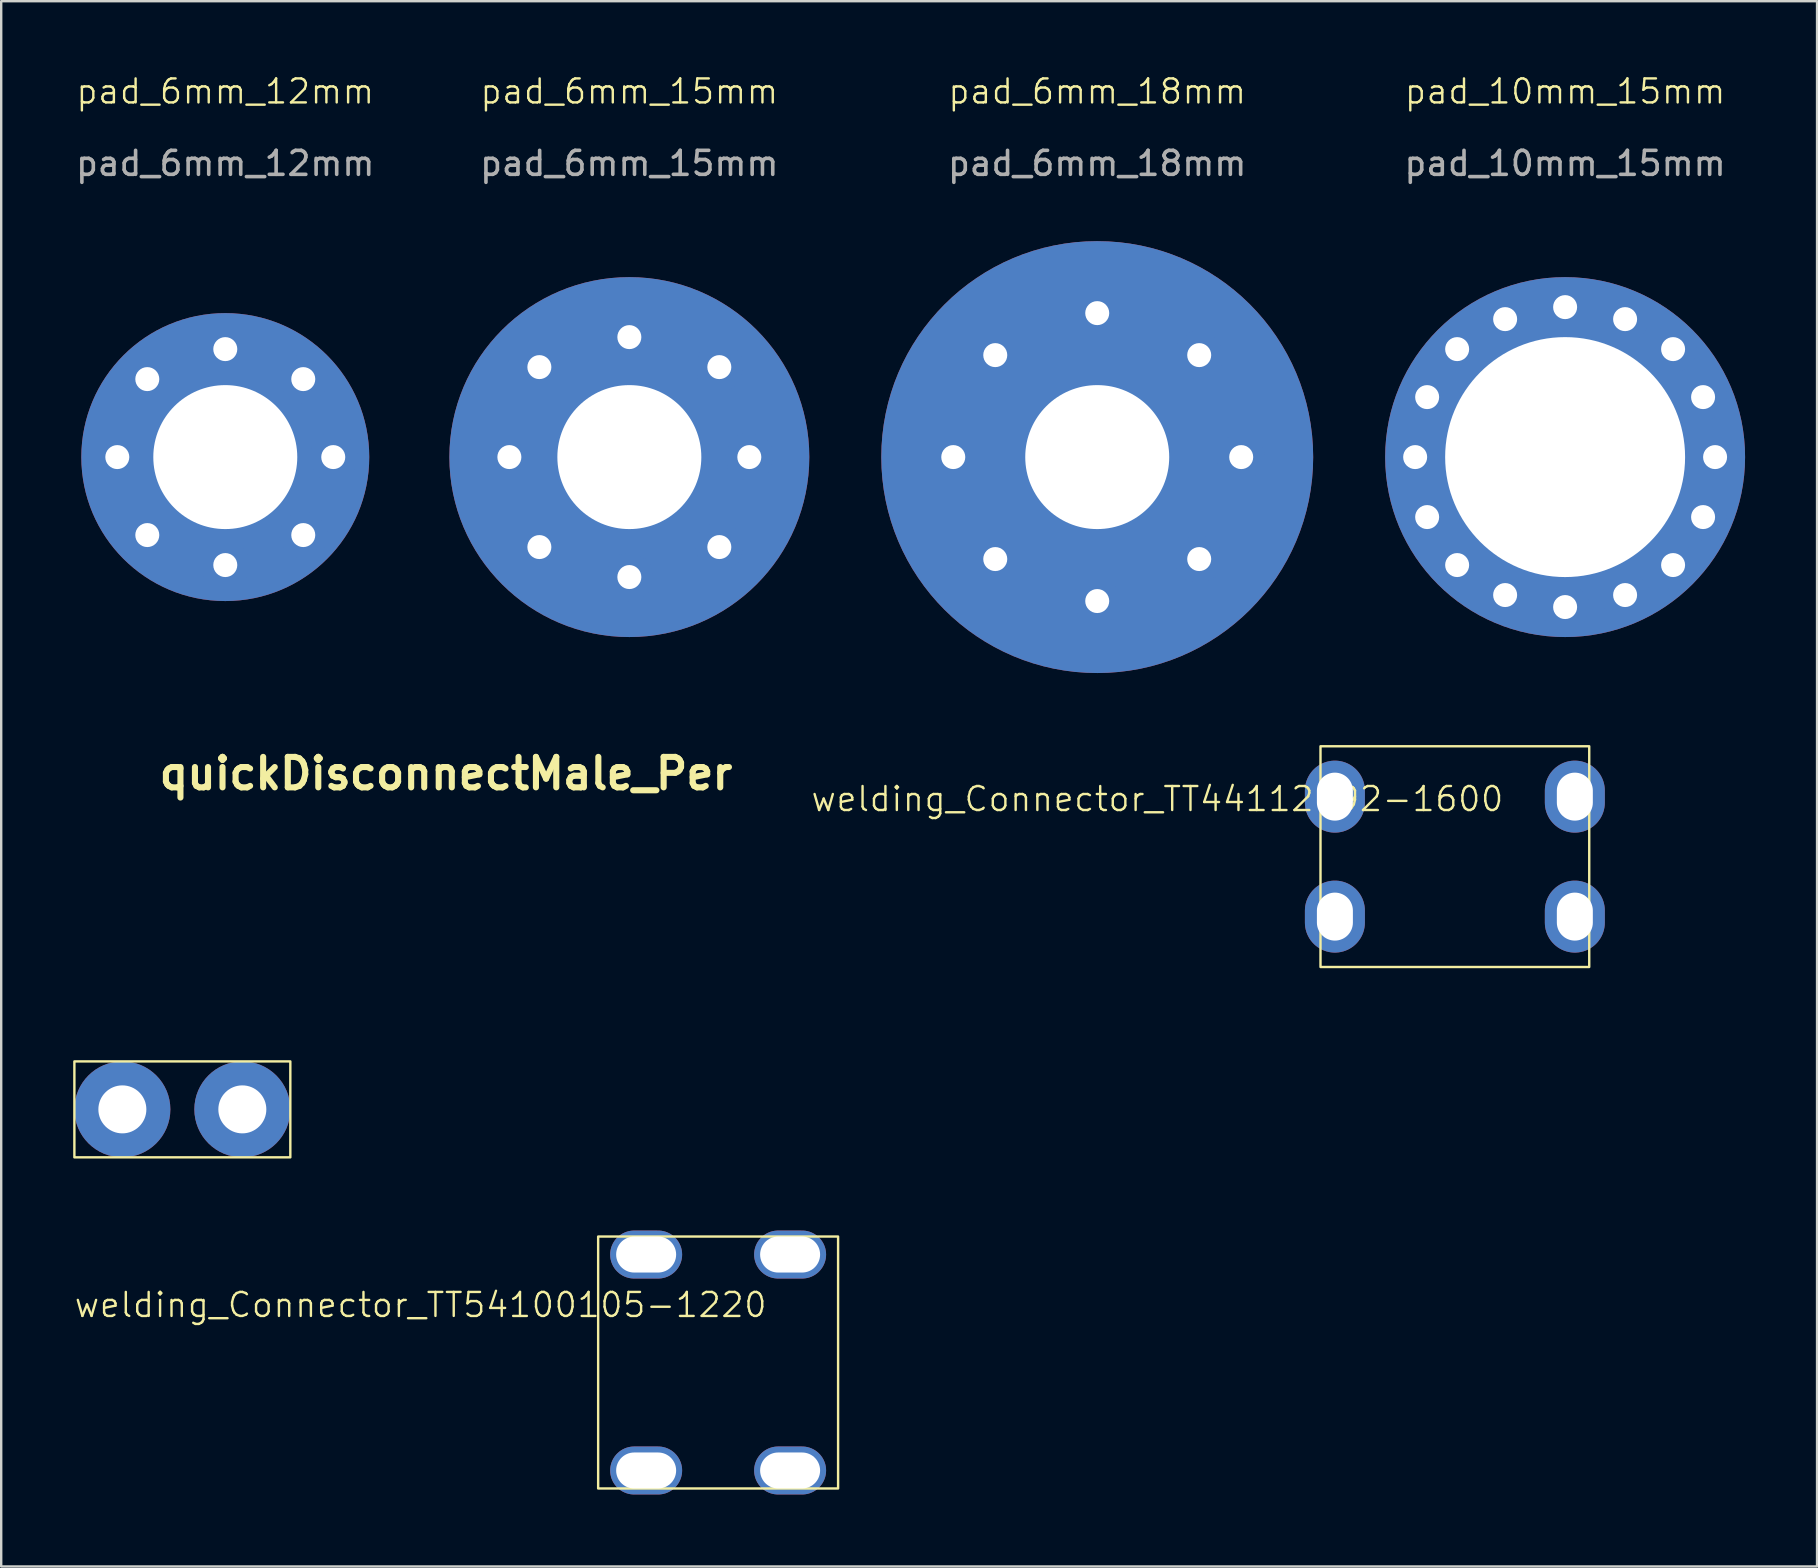
<source format=kicad_pcb>
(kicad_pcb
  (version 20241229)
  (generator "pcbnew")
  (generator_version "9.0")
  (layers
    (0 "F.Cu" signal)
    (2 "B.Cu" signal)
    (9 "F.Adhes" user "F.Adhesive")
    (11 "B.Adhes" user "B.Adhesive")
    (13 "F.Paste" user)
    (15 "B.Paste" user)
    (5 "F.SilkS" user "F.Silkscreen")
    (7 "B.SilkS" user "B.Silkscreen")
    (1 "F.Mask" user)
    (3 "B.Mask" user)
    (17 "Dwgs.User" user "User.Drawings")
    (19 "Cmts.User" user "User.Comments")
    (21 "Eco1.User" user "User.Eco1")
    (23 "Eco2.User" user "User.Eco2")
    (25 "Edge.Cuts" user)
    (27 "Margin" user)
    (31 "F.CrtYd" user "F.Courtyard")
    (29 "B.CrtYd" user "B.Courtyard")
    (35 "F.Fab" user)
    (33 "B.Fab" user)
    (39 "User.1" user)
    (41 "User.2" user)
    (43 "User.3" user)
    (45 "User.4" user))
  (footprint "pad_6mm_12mm"
    (layer "F.Cu")
    (at 6.339 16)
    (property "Reference" "pad_6mm_12mm" (at 0 -15.24 0) (unlocked yes) (layer "F.SilkS") (effects (font (size 1 1) (thickness 0.1))))
    (attr through_hole)
    (fp_text user "${REFERENCE}" (at 0 -12.24 0) (unlocked yes) (layer "F.Fab") (effects (font (size 1 1) (thickness 0.15))))
    (pad "1" thru_hole circle (at -4.5 0) (size 2 2) (drill 1) (layers "*.Cu" "*.Mask"))
    (pad "1" thru_hole circle (at -3.25 -3.25) (size 2 2) (drill 1) (layers "*.Cu" "*.Mask"))
    (pad "1" thru_hole circle (at -3.25 3.25) (size 2 2) (drill 1) (layers "*.Cu" "*.Mask"))
    (pad "1" thru_hole circle (at 0 -4.5) (size 2 2) (drill 1) (layers "*.Cu" "*.Mask"))
    (pad "1" thru_hole circle (at 0 0) (size 12 12) (drill 6) (layers "*.Cu" "*.Mask"))
    (pad "1" thru_hole circle (at 0 4.5) (size 2 2) (drill 1) (layers "*.Cu" "*.Mask"))
    (pad "1" thru_hole circle (at 3.25 -3.25) (size 2 2) (drill 1) (layers "*.Cu" "*.Mask"))
    (pad "1" thru_hole circle (at 3.25 3.25) (size 2 2) (drill 1) (layers "*.Cu" "*.Mask"))
    (pad "1" thru_hole circle (at 4.5 0) (size 2 2) (drill 1) (layers "*.Cu" "*.Mask")))
  (footprint "welding_Connector_TT44112092-1600"
    (layer "F.Cu")
    (at 57.584 32.651)
    (property "Reference" "welding_Connector_TT44112092-1600" (at -12.4 -2.4 0) (unlocked yes) (layer "F.SilkS") (effects (font (size 1 1) (thickness 0.1))))
    (attr through_hole)
    (fp_rect (start -5.6 -4.6) (end 5.6 4.6) (stroke (width 0.1) (type default)) (fill no) (layer "F.SilkS"))
    (pad "1" thru_hole oval (at -5 -2.5 180) (size 2.5 3) (drill oval 1.5 2) (layers "*.Cu" "*.Mask"))
    (pad "1" thru_hole oval (at -5 2.5 180) (size 2.5 3) (drill oval 1.5 2) (layers "*.Cu" "*.Mask"))
    (pad "1" thru_hole oval (at 5 -2.5 180) (size 2.5 3) (drill oval 1.5 2) (layers "*.Cu" "*.Mask"))
    (pad "1" thru_hole oval (at 5 2.5 180) (size 2.5 3) (drill oval 1.5 2) (layers "*.Cu" "*.Mask")))
  (footprint "welding_Connector_TT54100105-1220"
    (layer "F.Cu")
    (at 26.879 53.735)
    (property "Reference" "welding_Connector_TT54100105-1220" (at -12.4 -2.4 0) (unlocked yes) (layer "F.SilkS") (effects (font (size 1 1) (thickness 0.1))))
    (attr through_hole)
    (fp_rect (start -5 -5.25) (end 5 5.25) (stroke (width 0.1) (type default)) (fill no) (layer "F.SilkS"))
    (pad "1" thru_hole oval (at -3 -4.5 90) (size 2 3) (drill oval 1.5 2.5) (layers "*.Cu" "*.Mask"))
    (pad "1" thru_hole oval (at -3 4.5 90) (size 2 3) (drill oval 1.5 2.5) (layers "*.Cu" "*.Mask"))
    (pad "1" thru_hole oval (at 3 -4.5 90) (size 2 3) (drill oval 1.5 2.5) (layers "*.Cu" "*.Mask"))
    (pad "1" thru_hole oval (at 3 4.5 90) (size 2 3) (drill oval 1.5 2.5) (layers "*.Cu" "*.Mask")))
  (footprint "pad_6mm_15mm"
    (layer "F.Cu")
    (at 23.179 16)
    (property "Reference" "pad_6mm_15mm" (at 0 -15.24 0) (unlocked yes) (layer "F.SilkS") (effects (font (size 1 1) (thickness 0.1))))
    (attr through_hole)
    (fp_text user "${REFERENCE}" (at 0 -12.24 0) (unlocked yes) (layer "F.Fab") (effects (font (size 1 1) (thickness 0.15))))
    (pad "1" thru_hole circle (at -5 0) (size 2 2) (drill 1) (layers "*.Cu" "*.Mask"))
    (pad "1" thru_hole circle (at -3.75 -3.75) (size 2 2) (drill 1) (layers "*.Cu" "*.Mask"))
    (pad "1" thru_hole circle (at -3.75 3.75) (size 2 2) (drill 1) (layers "*.Cu" "*.Mask"))
    (pad "1" thru_hole circle (at 0 -5) (size 2 2) (drill 1) (layers "*.Cu" "*.Mask"))
    (pad "1" thru_hole circle (at 0 0) (size 15 15) (drill 6) (layers "*.Cu" "*.Mask"))
    (pad "1" thru_hole circle (at 0 5) (size 2 2) (drill 1) (layers "*.Cu" "*.Mask"))
    (pad "1" thru_hole circle (at 3.75 -3.75) (size 2 2) (drill 1) (layers "*.Cu" "*.Mask"))
    (pad "1" thru_hole circle (at 3.75 3.75) (size 2 2) (drill 1) (layers "*.Cu" "*.Mask"))
    (pad "1" thru_hole circle (at 5 0) (size 2 2) (drill 1) (layers "*.Cu" "*.Mask")))
  (footprint "pad_6mm_18mm"
    (layer "F.Cu")
    (at 42.679 16)
    (property "Reference" "pad_6mm_18mm" (at 0 -15.24 0) (unlocked yes) (layer "F.SilkS") (effects (font (size 1 1) (thickness 0.1))))
    (attr through_hole)
    (fp_text user "${REFERENCE}" (at 0 -12.24 0) (unlocked yes) (layer "F.Fab") (effects (font (size 1 1) (thickness 0.15))))
    (pad "1" thru_hole circle (at -6 0) (size 2 2) (drill 1) (layers "*.Cu" "*.Mask"))
    (pad "1" thru_hole circle (at -4.25 -4.25) (size 2 2) (drill 1) (layers "*.Cu" "*.Mask"))
    (pad "1" thru_hole circle (at -4.25 4.25) (size 2 2) (drill 1) (layers "*.Cu" "*.Mask"))
    (pad "1" thru_hole circle (at 0 -6) (size 2 2) (drill 1) (layers "*.Cu" "*.Mask"))
    (pad "1" thru_hole circle (at 0 0) (size 18 18) (drill 6) (layers "*.Cu" "*.Mask"))
    (pad "1" thru_hole circle (at 0 6) (size 2 2) (drill 1) (layers "*.Cu" "*.Mask"))
    (pad "1" thru_hole circle (at 4.25 -4.25) (size 2 2) (drill 1) (layers "*.Cu" "*.Mask"))
    (pad "1" thru_hole circle (at 4.25 4.25) (size 2 2) (drill 1) (layers "*.Cu" "*.Mask"))
    (pad "1" thru_hole circle (at 6 0) (size 2 2) (drill 1) (layers "*.Cu" "*.Mask")))
  (footprint "quickDisconnectMale_Per"
    (layer "F.Cu")
    (at 2.05 43.185)
    (property "Reference" "quickDisconnectMale_Per" (at 13.487 -13.995 0) (layer "F.SilkS") (effects (font (size 1.27 1.27) (thickness 0.254))))
    (attr through_hole)
    (fp_rect (start -2 -2) (end 7 2) (stroke (width 0.1) (type default)) (fill no) (layer "F.SilkS"))
    (pad "1" thru_hole circle (at 0 0) (size 4 4) (drill 2) (layers "*.Cu" "*.Mask"))
    (pad "1" thru_hole circle (at 5 0) (size 4 4) (drill 2) (layers "*.Cu" "*.Mask")))
  (footprint "pad_10mm_15mm"
    (layer "F.Cu")
    (at 62.179 16)
    (property "Reference" "pad_10mm_15mm" (at 0 -15.24 0) (unlocked yes) (layer "F.SilkS") (effects (font (size 1 1) (thickness 0.1))))
    (attr through_hole)
    (fp_text user "${REFERENCE}" (at 0 -12.24 0) (unlocked yes) (layer "F.Fab") (effects (font (size 1 1) (thickness 0.15))))
    (pad "1" thru_hole circle (at -6.25 0) (size 2 2) (drill 1) (layers "*.Cu" "*.Mask"))
    (pad "1" thru_hole circle (at -5.75 -2.5) (size 2 2) (drill 1) (layers "*.Cu" "*.Mask"))
    (pad "1" thru_hole circle (at -5.75 2.5) (size 2 2) (drill 1) (layers "*.Cu" "*.Mask"))
    (pad "1" thru_hole circle (at -4.5 -4.5) (size 2 2) (drill 1) (layers "*.Cu" "*.Mask"))
    (pad "1" thru_hole circle (at -4.5 4.5) (size 2 2) (drill 1) (layers "*.Cu" "*.Mask"))
    (pad "1" thru_hole circle (at -2.5 -5.75) (size 2 2) (drill 1) (layers "*.Cu" "*.Mask"))
    (pad "1" thru_hole circle (at -2.5 5.75) (size 2 2) (drill 1) (layers "*.Cu" "*.Mask"))
    (pad "1" thru_hole circle (at 0 -6.25) (size 2 2) (drill 1) (layers "*.Cu" "*.Mask"))
    (pad "1" thru_hole circle (at 0 0) (size 15 15) (drill 10) (layers "*.Cu" "*.Mask"))
    (pad "1" thru_hole circle (at 0 6.25) (size 2 2) (drill 1) (layers "*.Cu" "*.Mask"))
    (pad "1" thru_hole circle (at 2.5 -5.75) (size 2 2) (drill 1) (layers "*.Cu" "*.Mask"))
    (pad "1" thru_hole circle (at 2.5 5.75) (size 2 2) (drill 1) (layers "*.Cu" "*.Mask"))
    (pad "1" thru_hole circle (at 4.5 -4.5) (size 2 2) (drill 1) (layers "*.Cu" "*.Mask"))
    (pad "1" thru_hole circle (at 4.5 4.5) (size 2 2) (drill 1) (layers "*.Cu" "*.Mask"))
    (pad "1" thru_hole circle (at 5.75 -2.5) (size 2 2) (drill 1) (layers "*.Cu" "*.Mask"))
    (pad "1" thru_hole circle (at 5.75 2.5) (size 2 2) (drill 1) (layers "*.Cu" "*.Mask"))
    (pad "1" thru_hole circle (at 6.25 0) (size 2 2) (drill 1) (layers "*.Cu" "*.Mask")))
  (gr_rect
    (start -3 -3)
    (end 72.679 62.235)
    (stroke (width 0.1) (type default))
    (fill no)
    (layer "Edge.Cuts")))
</source>
